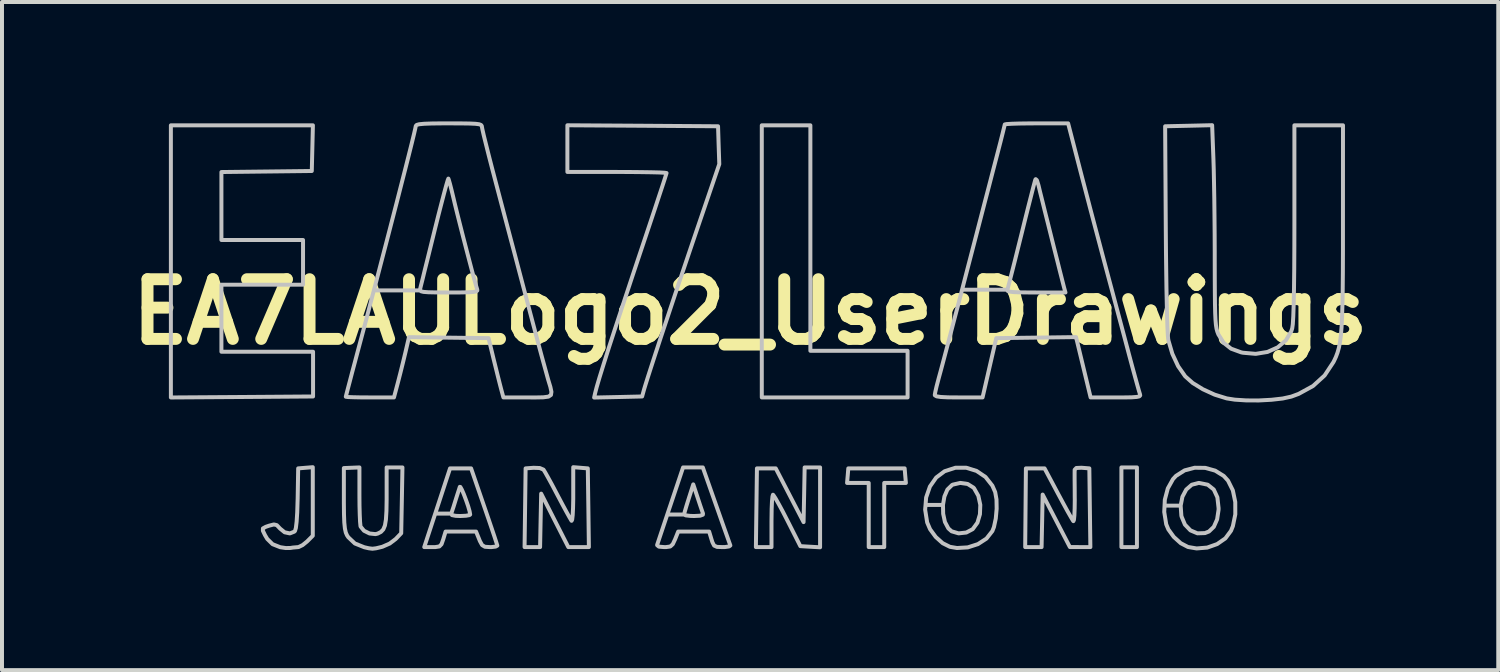
<source format=kicad_pcb>
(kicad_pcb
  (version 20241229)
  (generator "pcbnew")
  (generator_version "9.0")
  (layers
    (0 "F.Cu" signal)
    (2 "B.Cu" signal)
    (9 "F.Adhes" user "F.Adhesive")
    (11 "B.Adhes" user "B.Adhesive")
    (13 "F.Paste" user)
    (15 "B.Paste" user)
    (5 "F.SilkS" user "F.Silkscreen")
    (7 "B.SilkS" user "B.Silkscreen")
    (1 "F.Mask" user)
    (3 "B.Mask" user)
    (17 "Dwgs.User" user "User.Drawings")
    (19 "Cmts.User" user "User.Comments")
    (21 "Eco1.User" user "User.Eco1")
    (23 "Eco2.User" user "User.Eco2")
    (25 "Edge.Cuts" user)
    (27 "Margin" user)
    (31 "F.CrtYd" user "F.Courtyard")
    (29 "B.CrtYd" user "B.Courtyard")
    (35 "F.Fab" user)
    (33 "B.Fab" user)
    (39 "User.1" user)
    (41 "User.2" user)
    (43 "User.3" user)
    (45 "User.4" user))
  (footprint "EA7LAULogo2_UserDrawings"
    (layer "F.Cu")
    (at 15.8 4.788)
    (property "Reference" "EA7LAULogo2_UserDrawings" (at 0 0 0) (layer "F.SilkS") (effects (font (size 1.5 1.5) (thickness 0.3))))
    (attr board_only exclude_from_pos_files exclude_from_bom)
    (fp_poly (pts (xy 9.72 4.909) (xy 9.72 5.91) (xy 9.525 5.91) (xy 9.33 5.91) (xy 9.33 4.909) (xy 9.33 3.908) (xy 9.525 3.908) (xy 9.72 3.908)) (stroke (width 0.1) (type solid)) (fill no) (layer "Dwgs.User"))
    (fp_poly (pts (xy 1.514 -1.856) (xy 1.514 0.977) (xy 2.735 0.977) (xy 3.957 0.977) (xy 3.957 1.563) (xy 3.957 2.149) (xy 2.125 2.149) (xy 0.293 2.149) (xy 0.293 -1.27) (xy 0.293 -4.689) (xy 0.904 -4.689) (xy 1.514 -4.689)) (stroke (width 0.1) (type solid)) (fill no) (layer "Dwgs.User"))
    (fp_poly (pts (xy 3.898 4.115) (xy 3.914 4.298) (xy 3.642 4.298) (xy 3.37 4.298) (xy 3.37 5.104) (xy 3.37 5.91) (xy 3.175 5.91) (xy 2.98 5.91) (xy 2.98 5.104) (xy 2.98 4.298) (xy 2.708 4.298) (xy 2.436 4.298) (xy 2.452 4.115) (xy 2.467 3.932) (xy 3.175 3.932) (xy 3.883 3.932)) (stroke (width 0.1) (type solid)) (fill no) (layer "Dwgs.User"))
    (fp_poly (pts (xy -11.001 -4.115) (xy -11.015 -3.541) (xy -12.15 -3.528) (xy -13.286 -3.515) (xy -13.286 -2.661) (xy -13.286 -1.807) (xy -12.26 -1.807) (xy -11.235 -1.807) (xy -11.235 -1.246) (xy -11.235 -0.684) (xy -12.26 -0.684) (xy -13.286 -0.684) (xy -13.286 0.159) (xy -13.286 1.001) (xy -12.135 1.001) (xy -10.983 1.001) (xy -10.983 1.563) (xy -10.983 2.125) (xy -12.77 2.138) (xy -14.556 2.15) (xy -14.556 -1.269) (xy -14.556 -4.689) (xy -12.772 -4.689) (xy -10.987 -4.689)) (stroke (width 0.1) (type solid)) (fill no) (layer "Dwgs.User"))
    (fp_poly (pts (xy 1.758 4.912) (xy 1.758 5.915) (xy 1.51 5.901) (xy 1.262 5.886) (xy 0.936 5.241) (xy 0.82 5.015) (xy 0.716 4.823) (xy 0.635 4.68) (xy 0.584 4.603) (xy 0.574 4.594) (xy 0.561 4.639) (xy 0.549 4.764) (xy 0.541 4.951) (xy 0.538 5.183) (xy 0.537 5.251) (xy 0.537 5.91) (xy 0.341 5.91) (xy 0.145 5.91) (xy 0.158 4.921) (xy 0.171 3.932) (xy 0.407 3.932) (xy 0.644 3.932) (xy 0.993 4.607) (xy 1.343 5.282) (xy 1.357 4.595) (xy 1.37 3.908) (xy 1.564 3.908) (xy 1.758 3.908)) (stroke (width 0.1) (type solid)) (fill no) (layer "Dwgs.User"))
    (fp_poly (pts (xy -10.99 4.763) (xy -10.99 5.625) (xy -11.133 5.768) (xy -11.245 5.859) (xy -11.345 5.908) (xy -11.365 5.911) (xy -11.492 5.922) (xy -11.552 5.932) (xy -11.668 5.934) (xy -11.808 5.913) (xy -12 5.837) (xy -12.134 5.705) (xy -12.19 5.611) (xy -12.244 5.499) (xy -12.243 5.44) (xy -12.172 5.401) (xy -12.088 5.372) (xy -11.968 5.341) (xy -11.894 5.358) (xy -11.821 5.435) (xy -11.815 5.442) (xy -11.697 5.538) (xy -11.566 5.566) (xy -11.454 5.522) (xy -11.437 5.504) (xy -11.415 5.429) (xy -11.396 5.27) (xy -11.381 5.039) (xy -11.372 4.748) (xy -11.37 4.686) (xy -11.357 3.932) (xy -11.174 3.917) (xy -10.99 3.902)) (stroke (width 0.1) (type solid)) (fill no) (layer "Dwgs.User"))
    (fp_poly (pts (xy -4.262 3.917) (xy -4.079 3.932) (xy -4.065 4.921) (xy -4.052 5.91) (xy -4.311 5.91) (xy -4.569 5.91) (xy -4.91 5.239) (xy -5.251 4.567) (xy -5.265 5.239) (xy -5.278 5.91) (xy -5.473 5.91) (xy -5.668 5.91) (xy -5.655 4.921) (xy -5.642 3.932) (xy -5.442 3.917) (xy -5.288 3.923) (xy -5.195 3.962) (xy -5.191 3.966) (xy -5.15 4.032) (xy -5.075 4.166) (xy -4.974 4.35) (xy -4.86 4.567) (xy -4.834 4.616) (xy -4.718 4.835) (xy -4.616 5.024) (xy -4.537 5.166) (xy -4.492 5.242) (xy -4.487 5.249) (xy -4.472 5.22) (xy -4.459 5.109) (xy -4.45 4.93) (xy -4.445 4.7) (xy -4.445 4.598) (xy -4.445 3.902)) (stroke (width 0.1) (type solid)) (fill no) (layer "Dwgs.User"))
    (fp_poly (pts (xy 8.34 3.917) (xy 8.524 3.932) (xy 8.537 4.921) (xy 8.55 5.91) (xy 8.293 5.91) (xy 8.035 5.909) (xy 7.693 5.25) (xy 7.351 4.59) (xy 7.338 5.25) (xy 7.324 5.91) (xy 7.118 5.91) (xy 6.912 5.91) (xy 6.921 4.921) (xy 6.93 3.932) (xy 7.165 3.932) (xy 7.399 3.932) (xy 7.742 4.576) (xy 7.865 4.805) (xy 7.973 5.003) (xy 8.059 5.154) (xy 8.112 5.243) (xy 8.123 5.258) (xy 8.137 5.227) (xy 8.148 5.115) (xy 8.155 4.939) (xy 8.158 4.715) (xy 8.157 4.663) (xy 8.156 4.42) (xy 8.154 4.21) (xy 8.154 4.053) (xy 8.155 3.97) (xy 8.155 3.966) (xy 8.197 3.922) (xy 8.324 3.916)) (stroke (width 0.1) (type solid)) (fill no) (layer "Dwgs.User"))
    (fp_poly (pts (xy -8.752 4.735) (xy -8.768 5.562) (xy -8.907 5.707) (xy -9.056 5.82) (xy -9.237 5.9) (xy -9.258 5.906) (xy -9.399 5.94) (xy -9.491 5.951) (xy -9.581 5.94) (xy -9.696 5.914) (xy -9.932 5.819) (xy -10.098 5.662) (xy -10.13 5.614) (xy -10.161 5.543) (xy -10.183 5.441) (xy -10.198 5.294) (xy -10.206 5.085) (xy -10.209 4.799) (xy -10.209 4.702) (xy -10.209 3.924) (xy -10.013 3.916) (xy -9.818 3.908) (xy -9.818 4.612) (xy -9.816 4.87) (xy -9.81 5.097) (xy -9.802 5.273) (xy -9.792 5.379) (xy -9.788 5.395) (xy -9.703 5.499) (xy -9.564 5.568) (xy -9.415 5.584) (xy -9.36 5.571) (xy -9.278 5.529) (xy -9.218 5.466) (xy -9.177 5.367) (xy -9.152 5.218) (xy -9.139 5.004) (xy -9.134 4.71) (xy -9.134 4.619) (xy -9.134 3.908) (xy -8.936 3.908) (xy -8.737 3.908)) (stroke (width 0.1) (type solid)) (fill no) (layer "Dwgs.User"))
    (fp_poly (pts (xy -2.699 -4.678) (xy -0.806 -4.665) (xy -0.791 -4.189) (xy -0.775 -3.714) (xy -1.321 -2.113) (xy -1.479 -1.647) (xy -1.641 -1.167) (xy -1.803 -0.686) (xy -1.961 -0.212) (xy -2.112 0.242) (xy -2.253 0.666) (xy -2.379 1.05) (xy -2.487 1.382) (xy -2.574 1.653) (xy -2.636 1.851) (xy -2.667 1.954) (xy -2.714 2.125) (xy -3.317 2.139) (xy -3.92 2.152) (xy -3.895 2.041) (xy -3.856 1.89) (xy -3.785 1.648) (xy -3.682 1.316) (xy -3.549 0.896) (xy -3.384 0.39) (xy -3.189 -0.202) (xy -2.965 -0.879) (xy -2.807 -1.353) (xy -2.662 -1.786) (xy -2.527 -2.19) (xy -2.405 -2.556) (xy -2.3 -2.875) (xy -2.213 -3.137) (xy -2.149 -3.333) (xy -2.111 -3.454) (xy -2.1 -3.49) (xy -2.147 -3.497) (xy -2.279 -3.504) (xy -2.482 -3.509) (xy -2.744 -3.513) (xy -3.052 -3.516) (xy -3.346 -3.517) (xy -4.592 -3.517) (xy -4.592 -4.104) (xy -4.592 -4.69)) (stroke (width 0.1) (type solid)) (fill no) (layer "Dwgs.User"))
    (fp_poly (pts (xy 5.69 3.996) (xy 5.915 4.148) (xy 6.087 4.366) (xy 6.158 4.528) (xy 6.191 4.713) (xy 6.195 4.947) (xy 6.173 5.192) (xy 6.127 5.406) (xy 6.087 5.508) (xy 5.939 5.696) (xy 5.725 5.835) (xy 5.47 5.917) (xy 5.198 5.933) (xy 5.021 5.903) (xy 4.839 5.812) (xy 4.664 5.655) (xy 4.522 5.461) (xy 4.449 5.291) (xy 4.398 4.969) (xy 4.408 4.851) (xy 4.846 4.851) (xy 4.851 5.073) (xy 4.895 5.278) (xy 4.981 5.44) (xy 5.063 5.513) (xy 5.239 5.565) (xy 5.432 5.544) (xy 5.593 5.459) (xy 5.712 5.297) (xy 5.775 5.084) (xy 5.784 4.849) (xy 5.735 4.623) (xy 5.63 4.436) (xy 5.613 4.416) (xy 5.466 4.324) (xy 5.28 4.297) (xy 5.095 4.34) (xy 5.073 4.351) (xy 4.957 4.464) (xy 4.882 4.639) (xy 4.846 4.851) (xy 4.408 4.851) (xy 4.423 4.663) (xy 4.518 4.388) (xy 4.676 4.162) (xy 4.887 4.004) (xy 5.158 3.916) (xy 5.432 3.916)) (stroke (width 0.1) (type solid)) (fill no) (layer "Dwgs.User"))
    (fp_poly (pts (xy 11.435 3.919) (xy 11.687 3.989) (xy 11.903 4.123) (xy 12.009 4.24) (xy 12.13 4.484) (xy 12.191 4.777) (xy 12.192 5.087) (xy 12.131 5.383) (xy 12.084 5.5) (xy 11.943 5.69) (xy 11.736 5.834) (xy 11.487 5.922) (xy 11.22 5.944) (xy 11.003 5.907) (xy 10.821 5.812) (xy 10.646 5.654) (xy 10.51 5.466) (xy 10.456 5.337) (xy 10.406 5.027) (xy 10.414 4.868) (xy 10.819 4.868) (xy 10.836 5.115) (xy 10.841 5.141) (xy 10.926 5.345) (xy 11.065 5.49) (xy 11.24 5.564) (xy 11.43 5.558) (xy 11.53 5.518) (xy 11.652 5.401) (xy 11.735 5.213) (xy 11.771 4.975) (xy 11.772 4.933) (xy 11.742 4.66) (xy 11.651 4.463) (xy 11.499 4.342) (xy 11.287 4.299) (xy 11.271 4.298) (xy 11.098 4.343) (xy 10.959 4.464) (xy 10.863 4.645) (xy 10.819 4.868) (xy 10.414 4.868) (xy 10.421 4.718) (xy 10.496 4.435) (xy 10.626 4.202) (xy 10.703 4.119) (xy 10.919 3.982) (xy 11.171 3.916)) (stroke (width 0.1) (type solid)) (fill no) (layer "Dwgs.User"))
    (fp_poly (pts (xy -6.684 4.885) (xy -6.585 5.173) (xy -6.498 5.429) (xy -6.427 5.64) (xy -6.378 5.791) (xy -6.354 5.868) (xy -6.353 5.874) (xy -6.394 5.897) (xy -6.501 5.91) (xy -6.54 5.91) (xy -6.664 5.902) (xy -6.735 5.86) (xy -6.791 5.758) (xy -6.808 5.715) (xy -6.887 5.52) (xy -7.27 5.52) (xy -7.653 5.52) (xy -7.712 5.715) (xy -7.755 5.838) (xy -7.81 5.894) (xy -7.912 5.91) (xy -7.98 5.91) (xy -8.189 5.91) (xy -7.913 5.068) (xy -7.51 5.068) (xy -7.493 5.106) (xy -7.397 5.125) (xy -7.283 5.129) (xy -7.142 5.122) (xy -7.052 5.106) (xy -7.035 5.092) (xy -7.05 5.008) (xy -7.087 4.879) (xy -7.139 4.729) (xy -7.194 4.583) (xy -7.245 4.465) (xy -7.282 4.399) (xy -7.295 4.396) (xy -7.322 4.481) (xy -7.368 4.624) (xy -7.404 4.738) (xy -7.453 4.896) (xy -7.494 5.019) (xy -7.51 5.068) (xy -7.913 5.068) (xy -7.865 4.921) (xy -7.541 3.932) (xy -7.277 3.932) (xy -7.012 3.932)) (stroke (width 0.1) (type solid)) (fill no) (layer "Dwgs.User"))
    (fp_poly (pts (xy -0.851 4.868) (xy -0.749 5.158) (xy -0.658 5.416) (xy -0.582 5.629) (xy -0.528 5.783) (xy -0.499 5.863) (xy -0.497 5.87) (xy -0.53 5.894) (xy -0.633 5.909) (xy -0.696 5.91) (xy -0.832 5.905) (xy -0.905 5.872) (xy -0.948 5.788) (xy -0.971 5.715) (xy -1.03 5.52) (xy -1.419 5.52) (xy -1.808 5.52) (xy -1.886 5.715) (xy -1.944 5.838) (xy -2.007 5.895) (xy -2.113 5.91) (xy -2.16 5.91) (xy -2.293 5.899) (xy -2.337 5.862) (xy -2.335 5.849) (xy -2.314 5.786) (xy -2.267 5.645) (xy -2.199 5.442) (xy -2.115 5.191) (xy -2.082 5.092) (xy -1.66 5.092) (xy -1.617 5.113) (xy -1.504 5.126) (xy -1.411 5.129) (xy -1.257 5.121) (xy -1.188 5.096) (xy -1.184 5.068) (xy -1.21 4.993) (xy -1.257 4.855) (xy -1.314 4.682) (xy -1.318 4.67) (xy -1.429 4.334) (xy -1.544 4.695) (xy -1.599 4.871) (xy -1.64 5.01) (xy -1.659 5.087) (xy -1.66 5.092) (xy -2.082 5.092) (xy -2.02 4.907) (xy -2 4.848) (xy -1.685 3.908) (xy -1.437 3.908) (xy -1.189 3.908)) (stroke (width 0.1) (type solid)) (fill no) (layer "Dwgs.User"))
    (fp_poly (pts (xy 11.642 -3.848) (xy 11.65 -3.586) (xy 11.657 -3.246) (xy 11.664 -2.849) (xy 11.669 -2.413) (xy 11.673 -1.96) (xy 11.675 -1.509) (xy 11.675 -1.319) (xy 11.676 -0.863) (xy 11.678 -0.495) (xy 11.681 -0.202) (xy 11.686 0.025) (xy 11.694 0.197) (xy 11.705 0.326) (xy 11.72 0.421) (xy 11.739 0.494) (xy 11.763 0.556) (xy 11.767 0.566) (xy 11.901 0.778) (xy 12.086 0.924) (xy 12.341 1.017) (xy 12.385 1.026) (xy 12.705 1.054) (xy 13.001 1.006) (xy 13.259 0.89) (xy 13.463 0.714) (xy 13.599 0.485) (xy 13.622 0.414) (xy 13.637 0.309) (xy 13.649 0.108) (xy 13.659 -0.19) (xy 13.667 -0.585) (xy 13.673 -1.077) (xy 13.676 -1.666) (xy 13.677 -2.235) (xy 13.677 -4.689) (xy 14.287 -4.689) (xy 14.898 -4.689) (xy 14.897 -2.137) (xy 14.897 -1.522) (xy 14.895 -0.996) (xy 14.891 -0.551) (xy 14.884 -0.178) (xy 14.875 0.131) (xy 14.862 0.386) (xy 14.845 0.594) (xy 14.822 0.764) (xy 14.794 0.904) (xy 14.76 1.024) (xy 14.72 1.131) (xy 14.672 1.234) (xy 14.657 1.263) (xy 14.436 1.597) (xy 14.145 1.862) (xy 13.784 2.06) (xy 13.6 2.128) (xy 13.383 2.176) (xy 13.1 2.208) (xy 12.785 2.225) (xy 12.467 2.224) (xy 12.179 2.205) (xy 11.975 2.173) (xy 11.673 2.079) (xy 11.378 1.944) (xy 11.12 1.785) (xy 10.933 1.619) (xy 10.755 1.364) (xy 10.61 1.053) (xy 10.514 0.726) (xy 10.505 0.679) (xy 10.496 0.579) (xy 10.487 0.392) (xy 10.478 0.128) (xy 10.47 -0.202) (xy 10.462 -0.589) (xy 10.456 -1.022) (xy 10.45 -1.49) (xy 10.446 -1.983) (xy 10.445 -2.125) (xy 10.429 -4.665) (xy 11.019 -4.678) (xy 11.61 -4.692)) (stroke (width 0.1) (type solid)) (fill no) (layer "Dwgs.User"))
    (fp_poly (pts (xy 8.246 -3.749) (xy 8.328 -3.432) (xy 8.429 -3.046) (xy 8.542 -2.613) (xy 8.662 -2.159) (xy 8.782 -1.707) (xy 8.891 -1.294) (xy 9.003 -0.875) (xy 9.121 -0.435) (xy 9.237 0.003) (xy 9.347 0.415) (xy 9.444 0.779) (xy 9.521 1.071) (xy 9.522 1.075) (xy 9.599 1.362) (xy 9.67 1.621) (xy 9.729 1.835) (xy 9.772 1.988) (xy 9.795 2.063) (xy 9.796 2.064) (xy 9.802 2.099) (xy 9.78 2.123) (xy 9.714 2.137) (xy 9.591 2.146) (xy 9.395 2.149) (xy 9.192 2.149) (xy 8.556 2.149) (xy 8.373 1.391) (xy 8.19 0.633) (xy 7.187 0.646) (xy 6.185 0.659) (xy 6.151 0.806) (xy 6.127 0.91) (xy 6.086 1.085) (xy 6.035 1.306) (xy 5.979 1.549) (xy 5.979 1.551) (xy 5.841 2.149) (xy 5.241 2.149) (xy 4.974 2.147) (xy 4.793 2.138) (xy 4.687 2.122) (xy 4.643 2.097) (xy 4.64 2.087) (xy 4.653 2.012) (xy 4.685 1.872) (xy 4.731 1.697) (xy 4.734 1.684) (xy 4.792 1.472) (xy 4.87 1.18) (xy 4.969 0.806) (xy 5.089 0.348) (xy 5.232 -0.197) (xy 5.326 -0.558) (xy 6.464 -0.558) (xy 6.467 -0.531) (xy 6.509 -0.512) (xy 6.602 -0.499) (xy 6.76 -0.492) (xy 6.995 -0.489) (xy 7.181 -0.488) (xy 7.924 -0.488) (xy 7.893 -0.598) (xy 7.874 -0.672) (xy 7.835 -0.825) (xy 7.78 -1.041) (xy 7.714 -1.305) (xy 7.639 -1.601) (xy 7.561 -1.913) (xy 7.483 -2.226) (xy 7.408 -2.524) (xy 7.342 -2.791) (xy 7.287 -3.011) (xy 7.249 -3.17) (xy 7.241 -3.199) (xy 7.206 -3.31) (xy 7.176 -3.336) (xy 7.166 -3.322) (xy 7.148 -3.256) (xy 7.109 -3.109) (xy 7.054 -2.893) (xy 6.985 -2.622) (xy 6.906 -2.307) (xy 6.821 -1.962) (xy 6.815 -1.938) (xy 6.729 -1.593) (xy 6.65 -1.276) (xy 6.58 -1.001) (xy 6.524 -0.782) (xy 6.485 -0.63) (xy 6.465 -0.56) (xy 6.464 -0.558) (xy 5.326 -0.558) (xy 5.397 -0.832) (xy 5.568 -1.49) (xy 5.674 -1.897) (xy 5.788 -2.337) (xy 5.903 -2.781) (xy 6.013 -3.201) (xy 6.108 -3.569) (xy 6.148 -3.722) (xy 6.224 -4.014) (xy 6.291 -4.273) (xy 6.344 -4.484) (xy 6.381 -4.634) (xy 6.398 -4.706) (xy 6.399 -4.711) (xy 6.445 -4.72) (xy 6.573 -4.728) (xy 6.766 -4.734) (xy 7.008 -4.737) (xy 7.195 -4.738) (xy 7.991 -4.738)) (stroke (width 0.1) (type solid)) (fill no) (layer "Dwgs.User"))
    (fp_poly (pts (xy -7.267 -4.737) (xy -7.048 -4.734) (xy -6.899 -4.727) (xy -6.807 -4.715) (xy -6.759 -4.696) (xy -6.742 -4.669) (xy -6.74 -4.653) (xy -6.728 -4.587) (xy -6.694 -4.438) (xy -6.639 -4.217) (xy -6.569 -3.937) (xy -6.484 -3.607) (xy -6.388 -3.241) (xy -6.3 -2.906) (xy -6.177 -2.44) (xy -6.043 -1.933) (xy -5.905 -1.412) (xy -5.771 -0.902) (xy -5.646 -0.429) (xy -5.538 -0.018) (xy -5.514 0.073) (xy -5.418 0.435) (xy -5.326 0.783) (xy -5.241 1.1) (xy -5.167 1.369) (xy -5.11 1.576) (xy -5.075 1.703) (xy -5.02 1.884) (xy -4.993 2.009) (xy -5.005 2.087) (xy -5.068 2.129) (xy -5.196 2.146) (xy -5.401 2.15) (xy -5.591 2.149) (xy -6.2 2.149) (xy -6.256 1.942) (xy -6.291 1.807) (xy -6.341 1.608) (xy -6.399 1.374) (xy -6.443 1.197) (xy -6.573 0.659) (xy -7.573 0.647) (xy -8.573 0.634) (xy -8.661 1.013) (xy -8.722 1.265) (xy -8.792 1.546) (xy -8.85 1.771) (xy -8.95 2.149) (xy -9.555 2.149) (xy -9.785 2.148) (xy -9.975 2.144) (xy -10.106 2.139) (xy -10.16 2.132) (xy -10.16 2.131) (xy -10.148 2.08) (xy -10.114 1.95) (xy -10.063 1.756) (xy -9.999 1.511) (xy -9.924 1.232) (xy -9.92 1.215) (xy -9.799 0.762) (xy -9.67 0.278) (xy -9.538 -0.226) (xy -9.455 -0.541) (xy -8.295 -0.541) (xy -8.27 -0.518) (xy -8.206 -0.503) (xy -8.088 -0.494) (xy -7.903 -0.49) (xy -7.636 -0.488) (xy -7.572 -0.488) (xy -7.287 -0.489) (xy -7.087 -0.493) (xy -6.958 -0.501) (xy -6.885 -0.515) (xy -6.856 -0.536) (xy -6.858 -0.566) (xy -6.86 -0.571) (xy -6.885 -0.653) (xy -6.93 -0.813) (xy -6.99 -1.035) (xy -7.06 -1.301) (xy -7.137 -1.596) (xy -7.216 -1.901) (xy -7.292 -2.201) (xy -7.362 -2.479) (xy -7.421 -2.718) (xy -7.452 -2.85) (xy -7.501 -3.053) (xy -7.543 -3.218) (xy -7.573 -3.323) (xy -7.583 -3.35) (xy -7.599 -3.309) (xy -7.635 -3.186) (xy -7.688 -2.99) (xy -7.755 -2.735) (xy -7.833 -2.432) (xy -7.918 -2.092) (xy -7.937 -2.014) (xy -8.024 -1.662) (xy -8.104 -1.337) (xy -8.175 -1.054) (xy -8.231 -0.824) (xy -8.272 -0.662) (xy -8.292 -0.579) (xy -8.293 -0.574) (xy -8.295 -0.541) (xy -9.455 -0.541) (xy -9.402 -0.742) (xy -9.267 -1.262) (xy -9.133 -1.775) (xy -9.004 -2.274) (xy -8.881 -2.749) (xy -8.768 -3.192) (xy -8.665 -3.594) (xy -8.576 -3.946) (xy -8.503 -4.238) (xy -8.448 -4.463) (xy -8.414 -4.611) (xy -8.402 -4.673) (xy -8.382 -4.698) (xy -8.316 -4.716) (xy -8.191 -4.728) (xy -7.997 -4.735) (xy -7.722 -4.738) (xy -7.571 -4.738)) (stroke (width 0.1) (type solid)) (fill no) (layer "Dwgs.User")))
  (gr_rect
    (start -3 -3)
    (end 34.6 13.789)
    (stroke (width 0.1) (type default))
    (fill no)
    (layer "Edge.Cuts")))
</source>
